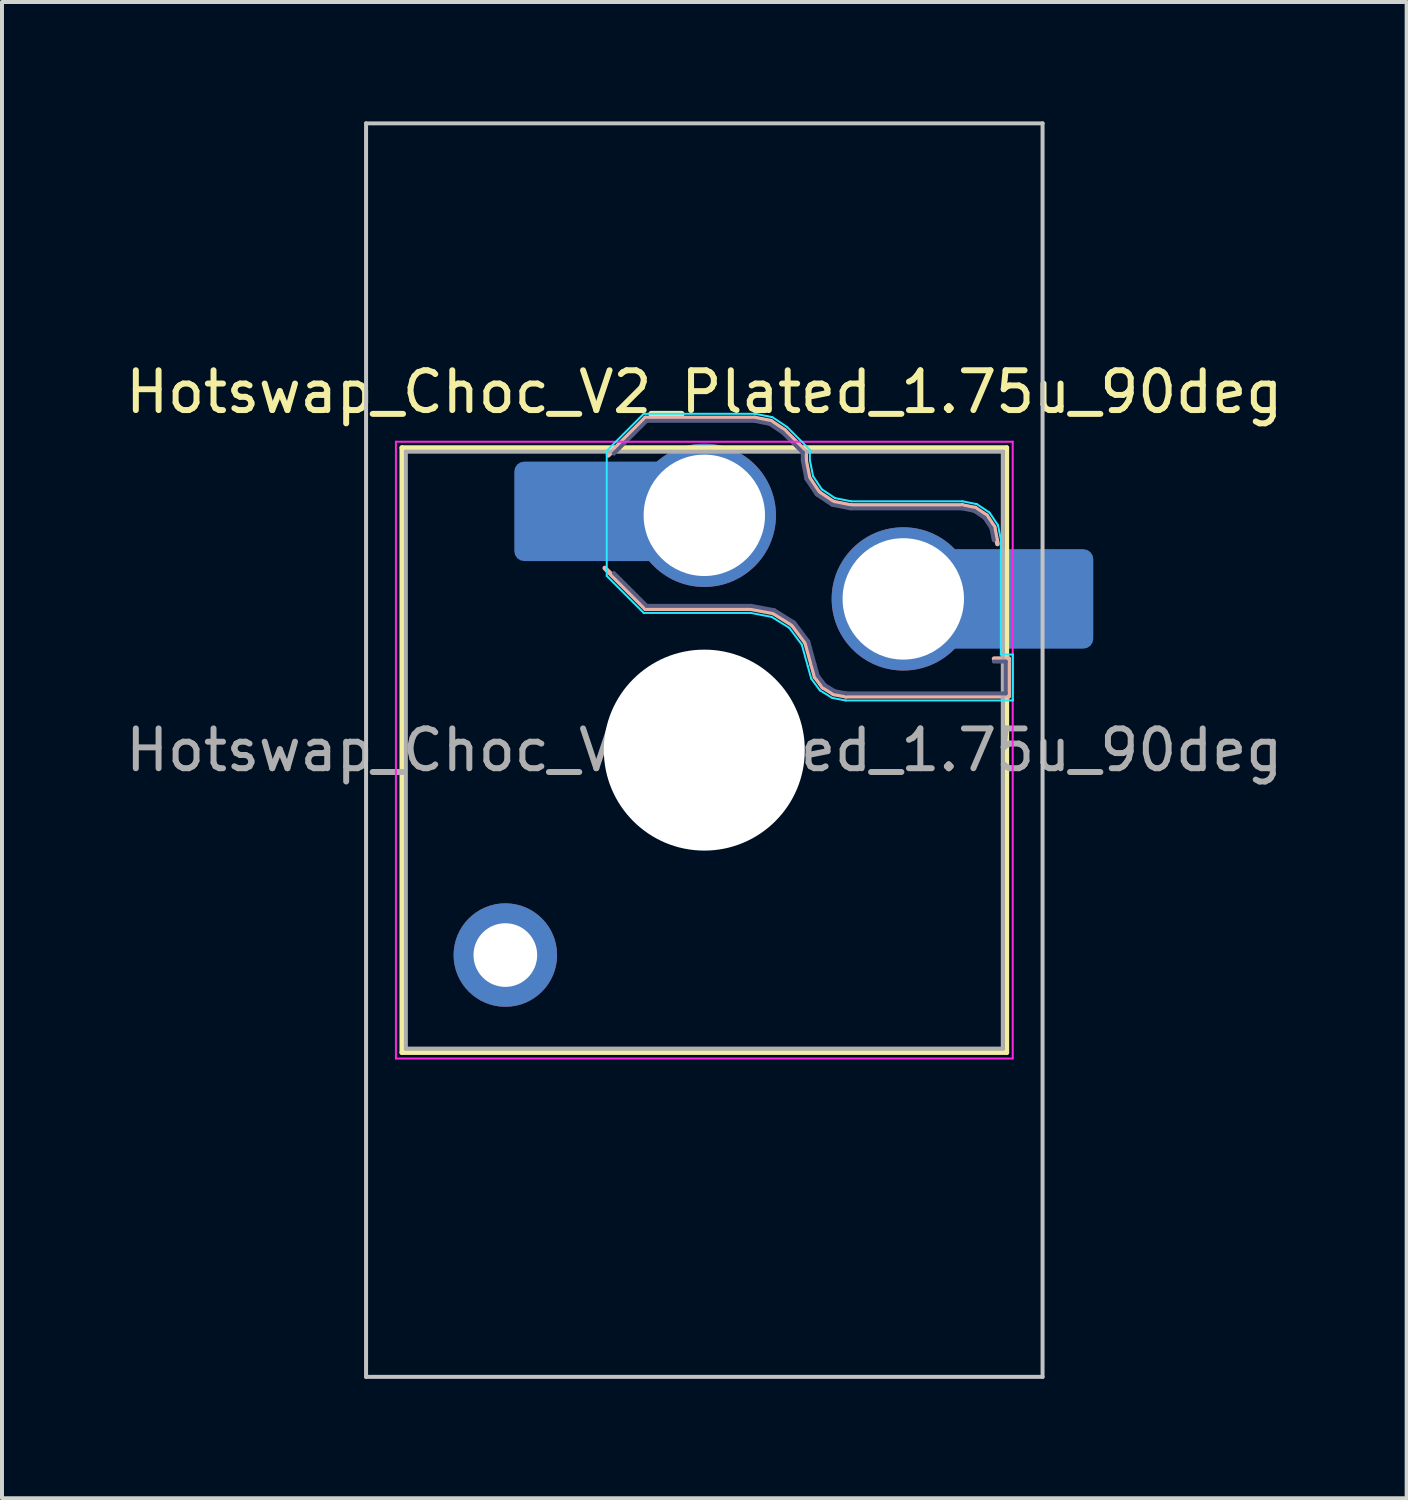
<source format=kicad_pcb>
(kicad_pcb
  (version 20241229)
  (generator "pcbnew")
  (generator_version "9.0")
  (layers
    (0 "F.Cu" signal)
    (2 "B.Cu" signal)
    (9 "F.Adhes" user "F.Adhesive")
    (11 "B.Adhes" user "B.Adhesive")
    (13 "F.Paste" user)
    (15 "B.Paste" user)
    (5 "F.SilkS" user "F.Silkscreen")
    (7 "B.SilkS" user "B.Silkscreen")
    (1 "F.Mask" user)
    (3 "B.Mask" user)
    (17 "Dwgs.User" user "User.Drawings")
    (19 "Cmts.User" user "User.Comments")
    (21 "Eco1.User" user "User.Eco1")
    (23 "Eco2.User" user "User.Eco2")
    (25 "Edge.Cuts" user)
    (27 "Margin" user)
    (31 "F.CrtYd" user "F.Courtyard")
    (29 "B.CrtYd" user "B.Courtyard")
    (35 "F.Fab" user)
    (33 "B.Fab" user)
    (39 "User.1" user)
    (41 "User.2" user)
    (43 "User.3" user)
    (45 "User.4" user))
  (footprint "Hotswap_Choc_V2_Plated_1.75u_90deg"
    (layer "F.Cu")
    (at 14.649 15.8)
    (property "Reference" "Hotswap_Choc_V2_Plated_1.75u_90deg" (at 0 -9 0) (layer "F.SilkS") (effects (font (size 1 1) (thickness 0.15))))
    (attr smd)
    (fp_line (start -7.6 -7.6) (end -7.6 7.6) (stroke (width 0.12) (type solid)) (layer "F.SilkS"))
    (fp_line (start -7.6 7.6) (end 7.6 7.6) (stroke (width 0.12) (type solid)) (layer "F.SilkS"))
    (fp_line (start 7.6 -7.6) (end -7.6 -7.6) (stroke (width 0.12) (type solid)) (layer "F.SilkS"))
    (fp_line (start 7.6 7.6) (end 7.6 -7.6) (stroke (width 0.12) (type solid)) (layer "F.SilkS"))
    (fp_line (start -2.416 -7.409) (end -1.479 -8.346) (stroke (width 0.12) (type solid)) (layer "B.SilkS"))
    (fp_line (start -1.479 -8.346) (end 1.268 -8.346) (stroke (width 0.12) (type solid)) (layer "B.SilkS"))
    (fp_line (start -1.479 -3.554) (end -2.5 -4.575) (stroke (width 0.12) (type solid)) (layer "B.SilkS"))
    (fp_line (start 1.168 -3.554) (end -1.479 -3.554) (stroke (width 0.12) (type solid)) (layer "B.SilkS"))
    (fp_line (start 1.268 -8.346) (end 1.671 -8.266) (stroke (width 0.12) (type solid)) (layer "B.SilkS"))
    (fp_line (start 1.671 -8.266) (end 2.013 -8.037) (stroke (width 0.12) (type solid)) (layer "B.SilkS"))
    (fp_line (start 1.73 -3.449) (end 1.168 -3.554) (stroke (width 0.12) (type solid)) (layer "B.SilkS"))
    (fp_line (start 2.013 -8.037) (end 2.546 -7.504) (stroke (width 0.12) (type solid)) (layer "B.SilkS"))
    (fp_line (start 2.209 -3.15) (end 1.73 -3.449) (stroke (width 0.12) (type solid)) (layer "B.SilkS"))
    (fp_line (start 2.546 -7.504) (end 2.546 -7.282) (stroke (width 0.12) (type solid)) (layer "B.SilkS"))
    (fp_line (start 2.546 -7.282) (end 2.633 -6.844) (stroke (width 0.12) (type solid)) (layer "B.SilkS"))
    (fp_line (start 2.547 -2.697) (end 2.209 -3.15) (stroke (width 0.12) (type solid)) (layer "B.SilkS"))
    (fp_line (start 2.633 -6.844) (end 2.877 -6.477) (stroke (width 0.12) (type solid)) (layer "B.SilkS"))
    (fp_line (start 2.701 -2.139) (end 2.547 -2.697) (stroke (width 0.12) (type solid)) (layer "B.SilkS"))
    (fp_line (start 2.783 -1.841) (end 2.701 -2.139) (stroke (width 0.12) (type solid)) (layer "B.SilkS"))
    (fp_line (start 2.877 -6.477) (end 3.244 -6.233) (stroke (width 0.12) (type solid)) (layer "B.SilkS"))
    (fp_line (start 2.976 -1.583) (end 2.783 -1.841) (stroke (width 0.12) (type solid)) (layer "B.SilkS"))
    (fp_line (start 3.244 -6.233) (end 3.682 -6.146) (stroke (width 0.12) (type solid)) (layer "B.SilkS"))
    (fp_line (start 3.25 -1.413) (end 2.976 -1.583) (stroke (width 0.12) (type solid)) (layer "B.SilkS"))
    (fp_line (start 3.56 -1.354) (end 3.25 -1.413) (stroke (width 0.12) (type solid)) (layer "B.SilkS"))
    (fp_line (start 3.682 -6.146) (end 6.482 -6.146) (stroke (width 0.12) (type solid)) (layer "B.SilkS"))
    (fp_line (start 6.482 -6.146) (end 6.809 -6.081) (stroke (width 0.12) (type solid)) (layer "B.SilkS"))
    (fp_line (start 6.809 -6.081) (end 7.092 -5.892) (stroke (width 0.12) (type solid)) (layer "B.SilkS"))
    (fp_line (start 7.092 -5.892) (end 7.281 -5.609) (stroke (width 0.12) (type solid)) (layer "B.SilkS"))
    (fp_line (start 7.281 -5.609) (end 7.366 -5.182) (stroke (width 0.12) (type solid)) (layer "B.SilkS"))
    (fp_line (start 7.283 -2.296) (end 7.646 -2.296) (stroke (width 0.12) (type solid)) (layer "B.SilkS"))
    (fp_line (start 7.646 -2.296) (end 7.646 -1.354) (stroke (width 0.12) (type solid)) (layer "B.SilkS"))
    (fp_line (start 7.646 -1.354) (end 3.56 -1.354) (stroke (width 0.12) (type solid)) (layer "B.SilkS"))
    (fp_line (start -8.5 -15.75) (end 8.5 -15.75) (stroke (width 0.1) (type solid)) (layer "Dwgs.User"))
    (fp_line (start -8.5 15.75) (end -8.5 -15.75) (stroke (width 0.1) (type solid)) (layer "Dwgs.User"))
    (fp_line (start 8.5 -15.75) (end 8.5 15.75) (stroke (width 0.1) (type solid)) (layer "Dwgs.User"))
    (fp_line (start 8.5 15.75) (end -8.5 15.75) (stroke (width 0.1) (type solid)) (layer "Dwgs.User"))
    (fp_line (start -7.25 -7.25) (end -7.25 7.25) (stroke (width 0.1) (type solid)) (layer "Eco1.User"))
    (fp_line (start -7.25 7.25) (end 7.25 7.25) (stroke (width 0.1) (type solid)) (layer "Eco1.User"))
    (fp_line (start 7.25 -7.25) (end -7.25 -7.25) (stroke (width 0.1) (type solid)) (layer "Eco1.User"))
    (fp_line (start 7.25 7.25) (end 7.25 -7.25) (stroke (width 0.1) (type solid)) (layer "Eco1.User"))
    (fp_line (start -2.452 -7.523) (end -1.523 -8.452) (stroke (width 0.05) (type solid)) (layer "B.CrtYd"))
    (fp_line (start -2.452 -4.377) (end -2.452 -7.523) (stroke (width 0.05) (type solid)) (layer "B.CrtYd"))
    (fp_line (start -1.523 -8.452) (end 1.278 -8.452) (stroke (width 0.05) (type solid)) (layer "B.CrtYd"))
    (fp_line (start -1.523 -3.448) (end -2.452 -4.377) (stroke (width 0.05) (type solid)) (layer "B.CrtYd"))
    (fp_line (start 1.159 -3.448) (end -1.523 -3.448) (stroke (width 0.05) (type solid)) (layer "B.CrtYd"))
    (fp_line (start 1.278 -8.452) (end 1.712 -8.366) (stroke (width 0.05) (type solid)) (layer "B.CrtYd"))
    (fp_line (start 1.691 -3.348) (end 1.159 -3.448) (stroke (width 0.05) (type solid)) (layer "B.CrtYd"))
    (fp_line (start 1.712 -8.366) (end 2.081 -8.119) (stroke (width 0.05) (type solid)) (layer "B.CrtYd"))
    (fp_line (start 2.081 -8.119) (end 2.652 -7.548) (stroke (width 0.05) (type solid)) (layer "B.CrtYd"))
    (fp_line (start 2.136 -3.071) (end 1.691 -3.348) (stroke (width 0.05) (type solid)) (layer "B.CrtYd"))
    (fp_line (start 2.45 -2.65) (end 2.136 -3.071) (stroke (width 0.05) (type solid)) (layer "B.CrtYd"))
    (fp_line (start 2.599 -2.111) (end 2.45 -2.65) (stroke (width 0.05) (type solid)) (layer "B.CrtYd"))
    (fp_line (start 2.652 -7.548) (end 2.652 -7.292) (stroke (width 0.05) (type solid)) (layer "B.CrtYd"))
    (fp_line (start 2.652 -7.292) (end 2.733 -6.885) (stroke (width 0.05) (type solid)) (layer "B.CrtYd"))
    (fp_line (start 2.687 -1.794) (end 2.599 -2.111) (stroke (width 0.05) (type solid)) (layer "B.CrtYd"))
    (fp_line (start 2.733 -6.885) (end 2.953 -6.553) (stroke (width 0.05) (type solid)) (layer "B.CrtYd"))
    (fp_line (start 2.903 -1.503) (end 2.687 -1.794) (stroke (width 0.05) (type solid)) (layer "B.CrtYd"))
    (fp_line (start 2.953 -6.553) (end 3.285 -6.333) (stroke (width 0.05) (type solid)) (layer "B.CrtYd"))
    (fp_line (start 3.211 -1.312) (end 2.903 -1.503) (stroke (width 0.05) (type solid)) (layer "B.CrtYd"))
    (fp_line (start 3.285 -6.333) (end 3.692 -6.252) (stroke (width 0.05) (type solid)) (layer "B.CrtYd"))
    (fp_line (start 3.55 -1.248) (end 3.211 -1.312) (stroke (width 0.05) (type solid)) (layer "B.CrtYd"))
    (fp_line (start 3.692 -6.252) (end 6.492 -6.252) (stroke (width 0.05) (type solid)) (layer "B.CrtYd"))
    (fp_line (start 6.492 -6.252) (end 6.85 -6.181) (stroke (width 0.05) (type solid)) (layer "B.CrtYd"))
    (fp_line (start 6.85 -6.181) (end 7.168 -5.968) (stroke (width 0.05) (type solid)) (layer "B.CrtYd"))
    (fp_line (start 7.168 -5.968) (end 7.381 -5.65) (stroke (width 0.05) (type solid)) (layer "B.CrtYd"))
    (fp_line (start 7.381 -5.65) (end 7.452 -5.292) (stroke (width 0.05) (type solid)) (layer "B.CrtYd"))
    (fp_line (start 7.452 -5.292) (end 7.452 -2.402) (stroke (width 0.05) (type solid)) (layer "B.CrtYd"))
    (fp_line (start 7.452 -2.402) (end 7.752 -2.402) (stroke (width 0.05) (type solid)) (layer "B.CrtYd"))
    (fp_line (start 7.752 -2.402) (end 7.752 -1.248) (stroke (width 0.05) (type solid)) (layer "B.CrtYd"))
    (fp_line (start 7.752 -1.248) (end 3.55 -1.248) (stroke (width 0.05) (type solid)) (layer "B.CrtYd"))
    (fp_line (start -7.75 -7.75) (end -7.75 7.75) (stroke (width 0.05) (type solid)) (layer "F.CrtYd"))
    (fp_line (start -7.75 7.75) (end 7.75 7.75) (stroke (width 0.05) (type solid)) (layer "F.CrtYd"))
    (fp_line (start 7.75 -7.75) (end -7.75 -7.75) (stroke (width 0.05) (type solid)) (layer "F.CrtYd"))
    (fp_line (start 7.75 7.75) (end 7.75 -7.75) (stroke (width 0.05) (type solid)) (layer "F.CrtYd"))
    (fp_line (start -2.275 -7.45) (end -1.45 -8.275) (stroke (width 0.1) (type solid)) (layer "B.Fab"))
    (fp_line (start -1.45 -8.275) (end 1.261 -8.275) (stroke (width 0.1) (type solid)) (layer "B.Fab"))
    (fp_line (start -1.45 -3.625) (end -2.275 -4.45) (stroke (width 0.1) (type solid)) (layer "B.Fab"))
    (fp_line (start 1.175 -3.625) (end -1.45 -3.625) (stroke (width 0.1) (type solid)) (layer "B.Fab"))
    (fp_line (start 1.261 -8.275) (end 1.643 -8.199) (stroke (width 0.1) (type solid)) (layer "B.Fab"))
    (fp_line (start 1.643 -8.199) (end 1.968 -7.982) (stroke (width 0.1) (type solid)) (layer "B.Fab"))
    (fp_line (start 1.756 -3.516) (end 1.175 -3.625) (stroke (width 0.1) (type solid)) (layer "B.Fab"))
    (fp_line (start 1.968 -7.982) (end 2.475 -7.475) (stroke (width 0.1) (type solid)) (layer "B.Fab"))
    (fp_line (start 2.258 -3.203) (end 1.756 -3.516) (stroke (width 0.1) (type solid)) (layer "B.Fab"))
    (fp_line (start 2.475 -7.475) (end 2.475 -7.275) (stroke (width 0.1) (type solid)) (layer "B.Fab"))
    (fp_line (start 2.475 -7.275) (end 2.566 -6.816) (stroke (width 0.1) (type solid)) (layer "B.Fab"))
    (fp_line (start 2.566 -6.816) (end 2.826 -6.426) (stroke (width 0.1) (type solid)) (layer "B.Fab"))
    (fp_line (start 2.612 -2.729) (end 2.258 -3.203) (stroke (width 0.1) (type solid)) (layer "B.Fab"))
    (fp_line (start 2.769 -2.158) (end 2.612 -2.729) (stroke (width 0.1) (type solid)) (layer "B.Fab"))
    (fp_line (start 2.826 -6.426) (end 3.216 -6.166) (stroke (width 0.1) (type solid)) (layer "B.Fab"))
    (fp_line (start 2.848 -1.873) (end 2.769 -2.158) (stroke (width 0.1) (type solid)) (layer "B.Fab"))
    (fp_line (start 3.025 -1.636) (end 2.848 -1.873) (stroke (width 0.1) (type solid)) (layer "B.Fab"))
    (fp_line (start 3.216 -6.166) (end 3.675 -6.075) (stroke (width 0.1) (type solid)) (layer "B.Fab"))
    (fp_line (start 3.276 -1.48) (end 3.025 -1.636) (stroke (width 0.1) (type solid)) (layer "B.Fab"))
    (fp_line (start 3.567 -1.425) (end 3.276 -1.48) (stroke (width 0.1) (type solid)) (layer "B.Fab"))
    (fp_line (start 3.675 -6.075) (end 6.475 -6.075) (stroke (width 0.1) (type solid)) (layer "B.Fab"))
    (fp_line (start 6.475 -6.075) (end 6.781 -6.014) (stroke (width 0.1) (type solid)) (layer "B.Fab"))
    (fp_line (start 6.781 -6.014) (end 7.041 -5.841) (stroke (width 0.1) (type solid)) (layer "B.Fab"))
    (fp_line (start 7.041 -5.841) (end 7.214 -5.581) (stroke (width 0.1) (type solid)) (layer "B.Fab"))
    (fp_line (start 7.214 -5.581) (end 7.275 -5.275) (stroke (width 0.1) (type solid)) (layer "B.Fab"))
    (fp_line (start 7.275 -2.225) (end 7.575 -2.225) (stroke (width 0.1) (type solid)) (layer "B.Fab"))
    (fp_line (start 7.575 -2.225) (end 7.575 -1.425) (stroke (width 0.1) (type solid)) (layer "B.Fab"))
    (fp_line (start 7.575 -1.425) (end 3.567 -1.425) (stroke (width 0.1) (type solid)) (layer "B.Fab"))
    (fp_line (start -7.5 -7.5) (end -7.5 7.5) (stroke (width 0.1) (type solid)) (layer "F.Fab"))
    (fp_line (start -7.5 7.5) (end 7.5 7.5) (stroke (width 0.1) (type solid)) (layer "F.Fab"))
    (fp_line (start 7.5 -7.5) (end -7.5 -7.5) (stroke (width 0.1) (type solid)) (layer "F.Fab"))
    (fp_line (start 7.5 7.5) (end 7.5 -7.5) (stroke (width 0.1) (type solid)) (layer "F.Fab"))
    (fp_text user "${REFERENCE}" (at 0 0 0) (layer "F.Fab") (effects (font (size 1 1) (thickness 0.15))))
    (pad "" thru_hole circle (at -5 5.15) (size 2.6 2.6) (drill 1.6) (layers "*.Cu" "*.Mask"))
    (pad "" smd roundrect (at -3.5 -6) (size 2.55 2.5) (layers "B.Mask" "B.Paste") (roundrect_rratio 0.1))
    (pad "" np_thru_hole circle (at 0 0) (size 5.05 5.05) (drill 5.05) (layers "*.Cu" "*.Mask"))
    (pad "" smd roundrect (at 8.5 -3.8) (size 2.55 2.5) (layers "B.Mask" "B.Paste") (roundrect_rratio 0.1))
    (pad "1" smd roundrect (at -2.85 -6) (size 3.85 2.5) (layers "B.Cu") (roundrect_rratio 0.1))
    (pad "1" thru_hole circle (at 0 -5.9) (size 3.6 3.6) (drill 3.05) (layers "*.Cu" "*.Mask"))
    (pad "2" thru_hole circle (at 5 -3.8) (size 3.6 3.6) (drill 3.05) (layers "*.Cu" "*.Mask"))
    (pad "2" smd roundrect (at 7.85 -3.8) (size 3.85 2.5) (layers "B.Cu") (roundrect_rratio 0.1)))
  (gr_rect
    (start -3 -3)
    (end 32.298 34.6)
    (stroke (width 0.1) (type default))
    (fill no)
    (layer "Edge.Cuts")))
</source>
